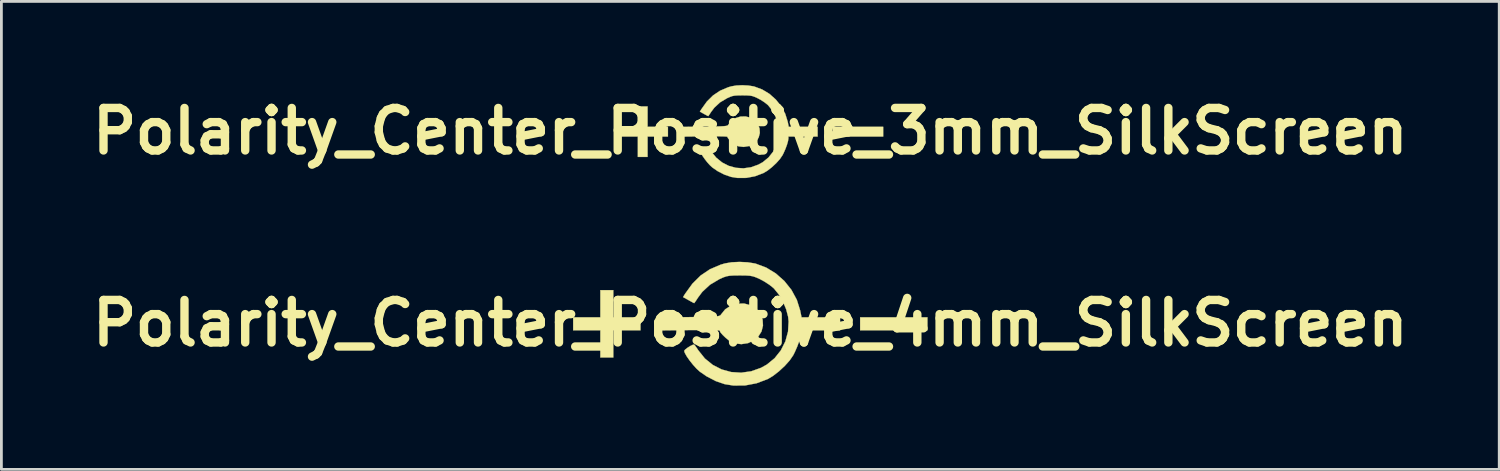
<source format=kicad_pcb>
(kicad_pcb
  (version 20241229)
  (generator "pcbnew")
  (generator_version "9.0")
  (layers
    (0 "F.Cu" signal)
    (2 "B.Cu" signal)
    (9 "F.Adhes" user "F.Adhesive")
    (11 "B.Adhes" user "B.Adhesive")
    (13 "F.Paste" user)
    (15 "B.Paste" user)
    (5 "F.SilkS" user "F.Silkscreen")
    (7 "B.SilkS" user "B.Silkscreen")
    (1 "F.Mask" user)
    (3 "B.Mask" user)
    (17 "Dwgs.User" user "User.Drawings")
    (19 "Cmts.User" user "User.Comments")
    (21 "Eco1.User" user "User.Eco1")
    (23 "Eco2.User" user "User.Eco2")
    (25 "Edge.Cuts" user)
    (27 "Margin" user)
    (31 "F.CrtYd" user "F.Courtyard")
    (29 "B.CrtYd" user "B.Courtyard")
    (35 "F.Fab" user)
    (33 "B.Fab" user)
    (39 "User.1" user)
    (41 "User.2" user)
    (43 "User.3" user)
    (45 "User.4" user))
  (footprint "Polarity_Center_Positive_3mm_SilkScreen"
    (layer "F.Cu")
    (at 23.847 1.654)
    (property "Reference" "Polarity_Center_Positive_3mm_SilkScreen" (at 0 0 0) (layer "F.SilkS") (effects (font (size 1.524 1.524) (thickness 0.3))))
    (attr through_hole)
    (fp_poly (pts (xy 4.763 0.191) (xy 2.953 0.191) (xy 2.953 -0.159) (xy 4.763 -0.159) (xy 4.763 0.191)) (stroke (width 0.01) (type solid)) (fill yes) (layer "F.SilkS"))
    (fp_poly (pts (xy -3.683 -0.159) (xy -2.953 -0.159) (xy -2.953 0.191) (xy -3.683 0.191) (xy -3.683 0.921) (xy -4.032 0.921) (xy -4.032 0.191) (xy -4.763 0.191) (xy -4.763 -0.159) (xy -4.032 -0.159) (xy -4.032 -0.889) (xy -3.683 -0.889) (xy -3.683 -0.159)) (stroke (width 0.01) (type solid)) (fill yes) (layer "F.SilkS"))
    (fp_poly (pts (xy 0.01 -0.483) (xy 0.02 -0.479) (xy 0.17 -0.38) (xy 0.274 -0.249) (xy 0.331 -0.097) (xy 0.341 0.063) (xy 0.301 0.221) (xy 0.212 0.363) (xy 0.098 0.462) (xy -0.062 0.535) (xy -0.24 0.563) (xy -0.414 0.543) (xy -0.492 0.514) (xy -0.571 0.466) (xy -0.659 0.395) (xy -0.741 0.318) (xy -0.802 0.247) (xy -0.825 0.198) (xy -0.825 0.197) (xy -0.856 0.192) (xy -0.941 0.187) (xy -1.074 0.184) (xy -1.245 0.183) (xy -1.447 0.183) (xy -1.667 0.184) (xy -2.508 0.194) (xy -2.508 0.02) (xy -2.508 -0.154) (xy -1.665 -0.164) (xy -1.411 -0.168) (xy -1.213 -0.171) (xy -1.064 -0.175) (xy -0.957 -0.181) (xy -0.883 -0.188) (xy -0.836 -0.198) (xy -0.808 -0.211) (xy -0.791 -0.228) (xy -0.786 -0.237) (xy -0.675 -0.374) (xy -0.526 -0.471) (xy -0.352 -0.525) (xy -0.169 -0.53) (xy 0.01 -0.483)) (stroke (width 0.01) (type solid)) (fill yes) (layer "F.SilkS"))
    (fp_poly (pts (xy -0.072 -1.638) (xy 0.122 -1.607) (xy 0.142 -1.602) (xy 0.425 -1.497) (xy 0.686 -1.339) (xy 0.915 -1.135) (xy 1.106 -0.896) (xy 1.251 -0.628) (xy 1.339 -0.346) (xy 1.378 -0.159) (xy 2.413 -0.159) (xy 2.413 0.191) (xy 1.365 0.191) (xy 1.365 0.265) (xy 1.351 0.356) (xy 1.314 0.485) (xy 1.26 0.632) (xy 1.196 0.778) (xy 1.154 0.86) (xy 1.06 0.998) (xy 0.926 1.147) (xy 0.77 1.292) (xy 0.61 1.417) (xy 0.47 1.5) (xy 0.169 1.614) (xy -0.145 1.673) (xy -0.458 1.675) (xy -0.687 1.638) (xy -0.929 1.555) (xy -1.172 1.43) (xy -1.36 1.3) (xy -1.448 1.219) (xy -1.542 1.115) (xy -1.632 1) (xy -1.709 0.89) (xy -1.761 0.799) (xy -1.778 0.743) (xy -1.753 0.709) (xy -1.692 0.662) (xy -1.616 0.614) (xy -1.546 0.58) (xy -1.513 0.572) (xy -1.49 0.596) (xy -1.444 0.659) (xy -1.398 0.729) (xy -1.222 0.948) (xy -1.01 1.12) (xy -0.772 1.242) (xy -0.514 1.312) (xy -0.246 1.33) (xy 0.024 1.292) (xy 0.288 1.198) (xy 0.445 1.111) (xy 0.653 0.941) (xy 0.821 0.729) (xy 0.943 0.487) (xy 1.014 0.226) (xy 1.03 -0.044) (xy 1.016 -0.176) (xy 0.964 -0.376) (xy 0.876 -0.583) (xy 0.764 -0.775) (xy 0.64 -0.929) (xy 0.617 -0.951) (xy 0.509 -1.036) (xy 0.374 -1.124) (xy 0.26 -1.185) (xy 0.158 -1.231) (xy 0.073 -1.261) (xy -0.015 -1.277) (xy -0.126 -1.284) (xy -0.28 -1.286) (xy -0.286 -1.286) (xy -0.441 -1.284) (xy -0.554 -1.277) (xy -0.642 -1.261) (xy -0.727 -1.232) (xy -0.828 -1.187) (xy -0.829 -1.186) (xy -1.084 -1.035) (xy -1.291 -0.843) (xy -1.403 -0.695) (xy -1.457 -0.612) (xy -1.496 -0.555) (xy -1.509 -0.54) (xy -1.538 -0.554) (xy -1.605 -0.59) (xy -1.662 -0.621) (xy -1.808 -0.703) (xy -1.755 -0.788) (xy -1.557 -1.064) (xy -1.335 -1.284) (xy -1.084 -1.452) (xy -0.798 -1.574) (xy -0.683 -1.608) (xy -0.502 -1.639) (xy -0.29 -1.649) (xy -0.072 -1.638)) (stroke (width 0.01) (type solid)) (fill yes) (layer "F.SilkS")))
  (footprint "Polarity_Center_Positive_4mm_SilkScreen"
    (layer "F.Cu")
    (at 23.847 8.537)
    (property "Reference" "Polarity_Center_Positive_4mm_SilkScreen" (at 0 0 0) (layer "F.SilkS") (effects (font (size 1.524 1.524) (thickness 0.3))))
    (attr through_hole)
    (fp_poly (pts (xy 6.35 0.254) (xy 3.937 0.254) (xy 3.937 -0.212) (xy 6.35 -0.212) (xy 6.35 0.254)) (stroke (width 0.01) (type solid)) (fill yes) (layer "F.SilkS"))
    (fp_poly (pts (xy -4.911 -0.212) (xy -3.937 -0.212) (xy -3.937 0.254) (xy -4.911 0.254) (xy -4.911 1.228) (xy -5.376 1.228) (xy -5.376 0.254) (xy -6.35 0.254) (xy -6.35 -0.212) (xy -5.376 -0.212) (xy -5.376 -1.185) (xy -4.911 -1.185) (xy -4.911 -0.212)) (stroke (width 0.01) (type solid)) (fill yes) (layer "F.SilkS"))
    (fp_poly (pts (xy 0.014 -0.644) (xy 0.026 -0.639) (xy 0.226 -0.507) (xy 0.365 -0.332) (xy 0.441 -0.13) (xy 0.454 0.084) (xy 0.402 0.294) (xy 0.283 0.484) (xy 0.131 0.616) (xy -0.083 0.714) (xy -0.321 0.75) (xy -0.552 0.723) (xy -0.657 0.686) (xy -0.762 0.621) (xy -0.879 0.527) (xy -0.988 0.423) (xy -1.069 0.329) (xy -1.101 0.263) (xy -1.101 0.263) (xy -1.141 0.256) (xy -1.255 0.25) (xy -1.432 0.246) (xy -1.66 0.243) (xy -1.929 0.244) (xy -2.222 0.246) (xy -3.344 0.259) (xy -3.344 -0.205) (xy -2.219 -0.219) (xy -1.881 -0.224) (xy -1.618 -0.228) (xy -1.419 -0.234) (xy -1.276 -0.241) (xy -1.177 -0.251) (xy -1.114 -0.264) (xy -1.077 -0.282) (xy -1.055 -0.304) (xy -1.048 -0.316) (xy -0.901 -0.498) (xy -0.701 -0.628) (xy -0.47 -0.7) (xy -0.225 -0.707) (xy 0.014 -0.644)) (stroke (width 0.01) (type solid)) (fill yes) (layer "F.SilkS"))
    (fp_poly (pts (xy -0.096 -2.184) (xy 0.162 -2.143) (xy 0.189 -2.137) (xy 0.567 -1.996) (xy 0.914 -1.785) (xy 1.22 -1.514) (xy 1.475 -1.195) (xy 1.668 -0.838) (xy 1.786 -0.462) (xy 1.837 -0.212) (xy 3.217 -0.212) (xy 3.217 0.254) (xy 1.82 0.254) (xy 1.82 0.353) (xy 1.802 0.475) (xy 1.752 0.647) (xy 1.68 0.842) (xy 1.594 1.038) (xy 1.539 1.147) (xy 1.413 1.331) (xy 1.235 1.53) (xy 1.027 1.723) (xy 0.813 1.889) (xy 0.627 2) (xy 0.225 2.152) (xy -0.193 2.231) (xy -0.61 2.233) (xy -0.917 2.184) (xy -1.239 2.074) (xy -1.563 1.906) (xy -1.814 1.733) (xy -1.93 1.626) (xy -2.056 1.486) (xy -2.177 1.334) (xy -2.279 1.187) (xy -2.348 1.065) (xy -2.371 0.991) (xy -2.337 0.946) (xy -2.256 0.882) (xy -2.155 0.819) (xy -2.062 0.773) (xy -2.017 0.762) (xy -1.986 0.795) (xy -1.925 0.879) (xy -1.864 0.971) (xy -1.629 1.264) (xy -1.347 1.493) (xy -1.029 1.656) (xy -0.686 1.75) (xy -0.329 1.773) (xy 0.032 1.723) (xy 0.384 1.598) (xy 0.594 1.481) (xy 0.871 1.254) (xy 1.095 0.972) (xy 1.257 0.65) (xy 1.352 0.301) (xy 1.373 -0.059) (xy 1.355 -0.234) (xy 1.285 -0.501) (xy 1.168 -0.778) (xy 1.019 -1.033) (xy 0.853 -1.239) (xy 0.823 -1.268) (xy 0.679 -1.382) (xy 0.499 -1.498) (xy 0.346 -1.581) (xy 0.21 -1.642) (xy 0.097 -1.681) (xy -0.02 -1.703) (xy -0.168 -1.712) (xy -0.374 -1.714) (xy -0.381 -1.714) (xy -0.589 -1.712) (xy -0.738 -1.703) (xy -0.856 -1.682) (xy -0.969 -1.643) (xy -1.103 -1.583) (xy -1.106 -1.582) (xy -1.446 -1.38) (xy -1.722 -1.124) (xy -1.87 -0.926) (xy -1.943 -0.815) (xy -1.995 -0.741) (xy -2.013 -0.72) (xy -2.051 -0.738) (xy -2.141 -0.787) (xy -2.216 -0.829) (xy -2.411 -0.937) (xy -2.341 -1.051) (xy -2.075 -1.419) (xy -1.78 -1.711) (xy -1.446 -1.936) (xy -1.063 -2.099) (xy -0.91 -2.144) (xy -0.67 -2.185) (xy -0.386 -2.198) (xy -0.096 -2.184)) (stroke (width 0.01) (type solid)) (fill yes) (layer "F.SilkS")))
  (gr_rect
    (start -3 -3)
    (end 50.694 13.776)
    (stroke (width 0.1) (type default))
    (fill no)
    (layer "Edge.Cuts")))
</source>
